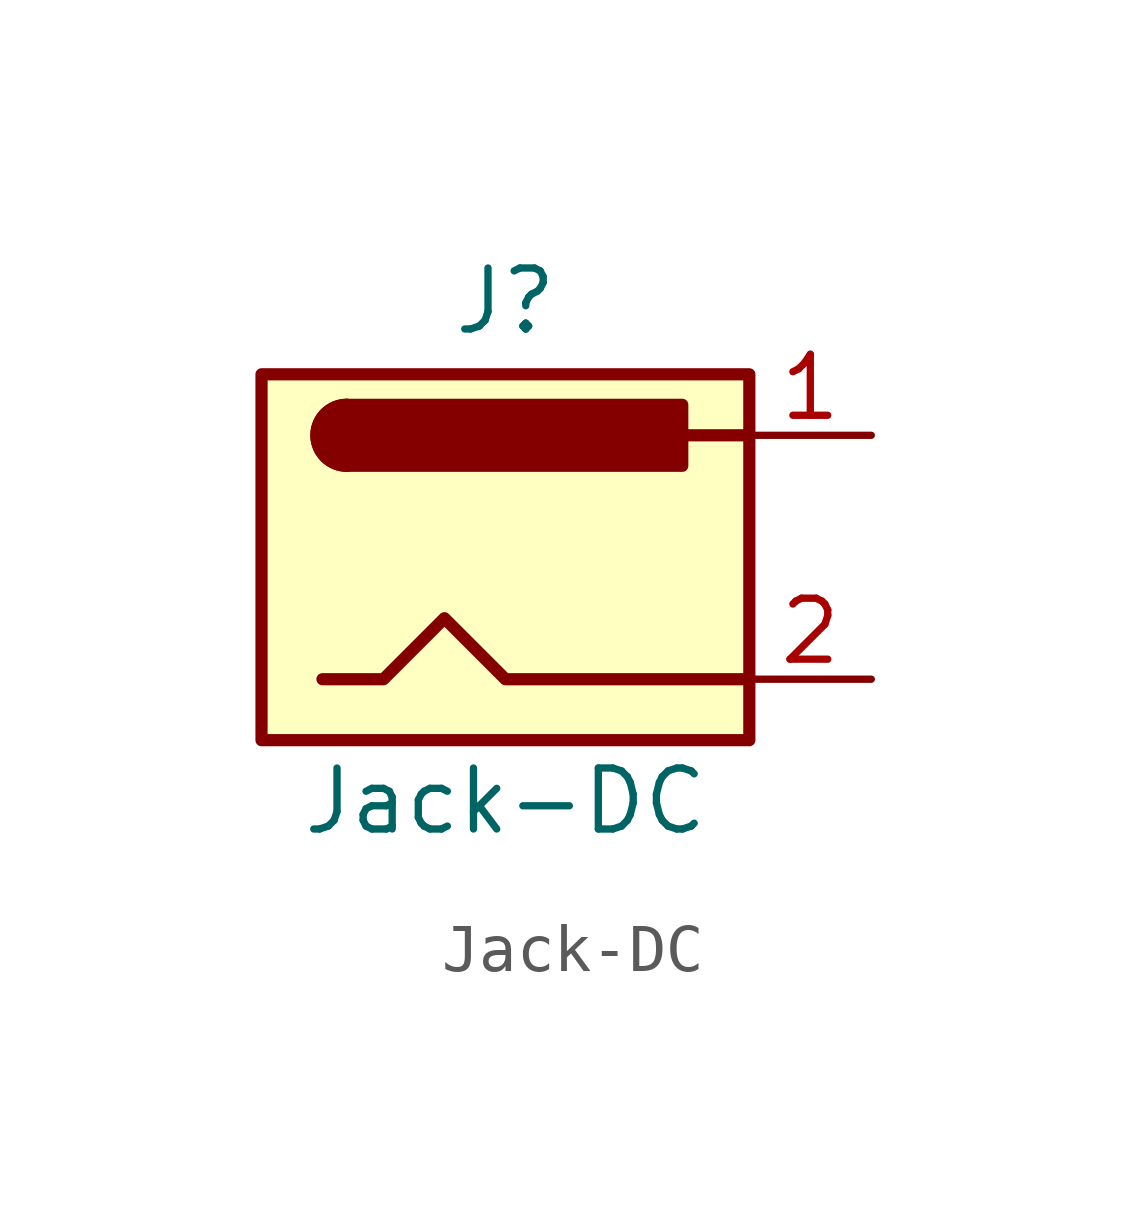
<source format=kicad_sym>
(kicad_symbol_lib
  (version 20211014)
  (generator kicad_symbol_editor)
  (symbol "Jack-DC"
    (pin_names
      (offset 1.016))
    (property "Reference" "J"
      (at 0 5.334 0)
      (effects (font (size 1.27 1.27))))
    (property "Value" "Jack-DC"
      (at 0 -5.08 0)
      (effects (font (size 1.27 1.27))))
    (symbol "Jack-DC_0_1"
      (rectangle (start -5.08 3.81) (end 5.08 -3.81) (stroke (width 0.254) (type default) (color 0 0 0 0)) (fill (type background)))
      (arc (start -3.302 3.175) (mid -3.937 2.54) (end -3.302 1.905) (stroke (width 0.254) (type default) (color 0 0 0 0)) (fill (type none)))
      (arc (start -3.302 3.175) (mid -3.937 2.54) (end -3.302 1.905) (stroke (width 0.254) (type default) (color 0 0 0 0)) (fill (type outline)))
      (polyline (pts (xy 5.08 2.54) (xy 3.81 2.54)) (stroke (width 0.254) (type default) (color 0 0 0 0)) (fill (type none)))
      (polyline (pts (xy -3.81 -2.54) (xy -2.54 -2.54) (xy -1.27 -1.27) (xy 0 -2.54) (xy 2.54 -2.54) (xy 5.08 -2.54)) (stroke (width 0.254) (type default) (color 0 0 0 0)) (fill (type none)))
      (rectangle (start 3.683 3.175) (end -3.302 1.905) (stroke (width 0.254) (type default) (color 0 0 0 0)) (fill (type outline))))
    (symbol "Jack-DC_1_1"
      (pin passive line (at 7.62 2.54 180) (length 2.54) (name "~" (effects (font (size 1.27 1.27)))) (number "1" (effects (font (size 1.27 1.27)))))
      (pin passive line (at 7.62 -2.54 180) (length 2.54) (name "~" (effects (font (size 1.27 1.27)))) (number "2" (effects (font (size 1.27 1.27))))))))
</source>
